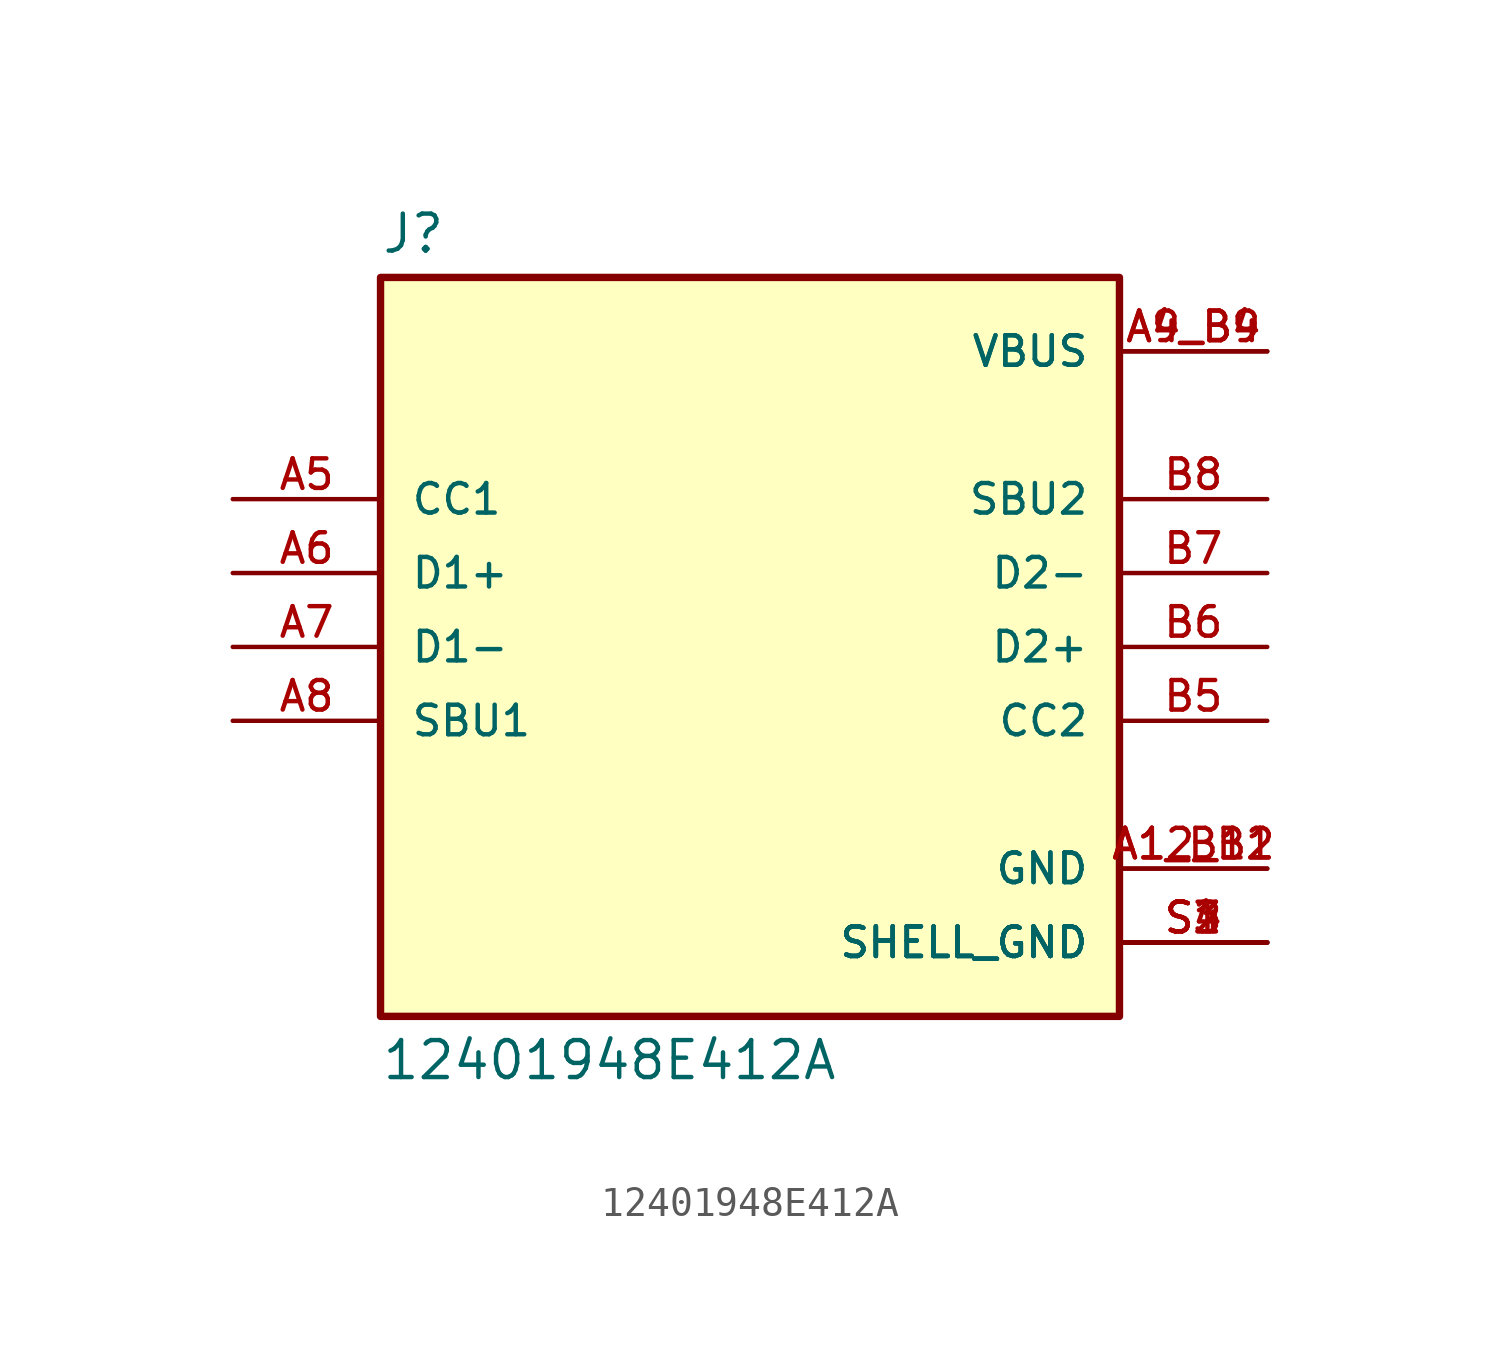
<source format=kicad_sym>
(kicad_symbol_lib
  (version 20211014)
  (generator kicad_symbol_editor)
  (symbol "12401948E412A"
    (pin_names
      (offset 1.016))
    (property "Reference" "J"
      (at -12.7 13.462 0)
      (effects (font (size 1.27 1.27)) (justify bottom left)))
    (property "Value" "12401948E412A"
      (at -12.7 -13.462 0.0)
      (effects (font (size 1.27 1.27)) (justify top left)))
    (symbol "12401948E412A_0_0"
      (rectangle (start -12.7 -12.7) (end 12.7 12.7) (stroke (width 0.254)) (fill (type background)))
      (pin power_in line (at 17.78 -7.62 180.0) (length 5.08) (name "GND" (effects (font (size 1.016 1.016)))) (number "A1_B12" (effects (font (size 1.016 1.016)))))
      (pin power_in line (at 17.78 -7.62 180.0) (length 5.08) (name "GND" (effects (font (size 1.016 1.016)))) (number "A12_B1" (effects (font (size 1.016 1.016)))))
      (pin power_in line (at 17.78 10.16 180.0) (length 5.08) (name "VBUS" (effects (font (size 1.016 1.016)))) (number "A4_B9" (effects (font (size 1.016 1.016)))))
      (pin power_in line (at 17.78 10.16 180.0) (length 5.08) (name "VBUS" (effects (font (size 1.016 1.016)))) (number "A9_B4" (effects (font (size 1.016 1.016)))))
      (pin bidirectional line (at -17.78 2.54 0) (length 5.08) (name "D1+" (effects (font (size 1.016 1.016)))) (number "A6" (effects (font (size 1.016 1.016)))))
      (pin bidirectional line (at -17.78 5.08 0) (length 5.08) (name "CC1" (effects (font (size 1.016 1.016)))) (number "A5" (effects (font (size 1.016 1.016)))))
      (pin bidirectional line (at -17.78 -2.54 0) (length 5.08) (name "SBU1" (effects (font (size 1.016 1.016)))) (number "A8" (effects (font (size 1.016 1.016)))))
      (pin bidirectional line (at -17.78 0.0 0) (length 5.08) (name "D1-" (effects (font (size 1.016 1.016)))) (number "A7" (effects (font (size 1.016 1.016)))))
      (pin power_in line (at 17.78 -10.16 180.0) (length 5.08) (name "SHELL_GND" (effects (font (size 1.016 1.016)))) (number "S1" (effects (font (size 1.016 1.016)))))
      (pin power_in line (at 17.78 -10.16 180.0) (length 5.08) (name "SHELL_GND" (effects (font (size 1.016 1.016)))) (number "S2" (effects (font (size 1.016 1.016)))))
      (pin power_in line (at 17.78 -10.16 180.0) (length 5.08) (name "SHELL_GND" (effects (font (size 1.016 1.016)))) (number "S3" (effects (font (size 1.016 1.016)))))
      (pin power_in line (at 17.78 -10.16 180.0) (length 5.08) (name "SHELL_GND" (effects (font (size 1.016 1.016)))) (number "S4" (effects (font (size 1.016 1.016)))))
      (pin bidirectional line (at 17.78 -2.54 180.0) (length 5.08) (name "CC2" (effects (font (size 1.016 1.016)))) (number "B5" (effects (font (size 1.016 1.016)))))
      (pin bidirectional line (at 17.78 5.08 180.0) (length 5.08) (name "SBU2" (effects (font (size 1.016 1.016)))) (number "B8" (effects (font (size 1.016 1.016)))))
      (pin bidirectional line (at 17.78 0.0 180.0) (length 5.08) (name "D2+" (effects (font (size 1.016 1.016)))) (number "B6" (effects (font (size 1.016 1.016)))))
      (pin bidirectional line (at 17.78 2.54 180.0) (length 5.08) (name "D2-" (effects (font (size 1.016 1.016)))) (number "B7" (effects (font (size 1.016 1.016))))))))
</source>
